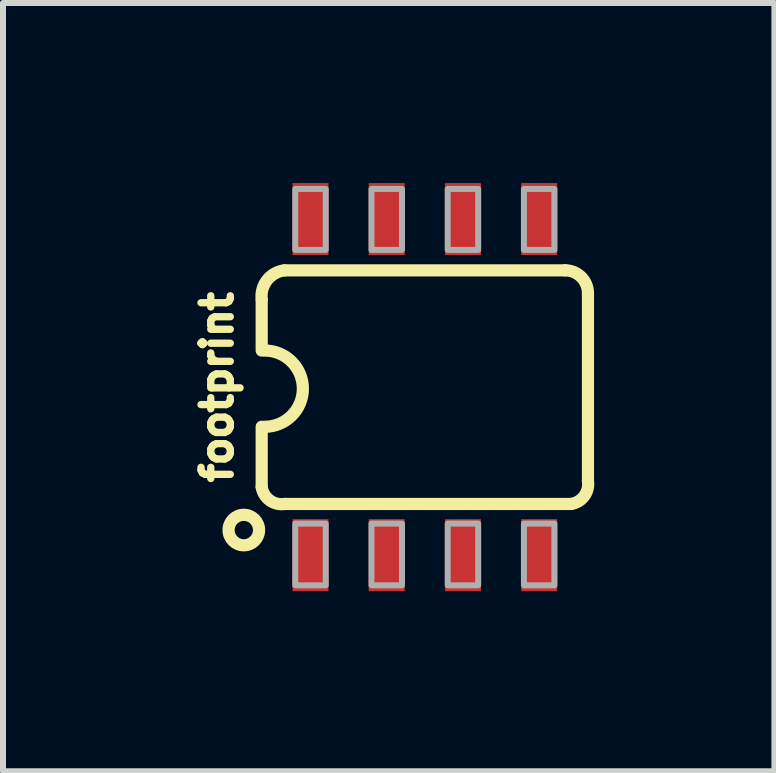
<source format=kicad_pcb>
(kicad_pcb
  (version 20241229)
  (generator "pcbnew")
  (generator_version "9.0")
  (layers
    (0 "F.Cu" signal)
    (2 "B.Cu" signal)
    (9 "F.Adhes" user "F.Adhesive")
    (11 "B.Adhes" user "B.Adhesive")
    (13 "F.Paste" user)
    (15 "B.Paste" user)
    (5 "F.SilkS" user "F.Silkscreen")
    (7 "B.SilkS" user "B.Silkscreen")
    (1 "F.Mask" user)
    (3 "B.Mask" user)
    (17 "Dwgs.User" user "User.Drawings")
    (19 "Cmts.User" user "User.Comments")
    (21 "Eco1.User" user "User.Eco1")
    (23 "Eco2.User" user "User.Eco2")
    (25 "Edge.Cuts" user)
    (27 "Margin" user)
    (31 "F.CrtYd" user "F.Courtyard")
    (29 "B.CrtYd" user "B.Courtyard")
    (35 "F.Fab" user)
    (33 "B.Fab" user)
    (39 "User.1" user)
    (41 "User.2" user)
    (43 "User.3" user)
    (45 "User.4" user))
  (footprint "footprint"
    (layer "F.Cu")
    (at 4.028 3.4)
    (property "Reference" "footprint" (at -3.175 0 90) (layer "F.SilkS") (effects (font (size 0.488 0.488) (thickness 0.122)) (justify bottom)))
    (fp_line (start -2.718 -1.453) (end -2.718 -0.61) (stroke (width 0.203) (type solid)) (layer "F.SilkS"))
    (fp_line (start -2.718 1.665) (end -2.718 0.66) (stroke (width 0.203) (type solid)) (layer "F.SilkS"))
    (fp_line (start -2.337 1.946) (end 2.437 1.946) (stroke (width 0.203) (type solid)) (layer "F.SilkS"))
    (fp_line (start 2.337 -1.946) (end -2.337 -1.946) (stroke (width 0.203) (type solid)) (layer "F.SilkS"))
    (fp_line (start 2.718 1.565) (end 2.718 -1.565) (stroke (width 0.203) (type solid)) (layer "F.SilkS"))
    (fp_arc (start -2.7178 -1.4653) (mid -2.626948 -1.784731) (end -2.3368 -1.9463) (stroke (width 0.2032) (type solid)) (layer "F.SilkS"))
    (fp_arc (start -2.667 -0.6096) (mid -2.032 0.0254) (end -2.667 0.6604) (stroke (width 0.2032) (type solid)) (layer "F.SilkS"))
    (fp_arc (start -2.336799 1.946301) (mid -2.58554 1.884767) (end -2.7178 1.6653) (stroke (width 0.2032) (type solid)) (layer "F.SilkS"))
    (fp_arc (start 2.3368 -1.9463) (mid 2.606237 -1.834736) (end 2.7178 -1.565298) (stroke (width 0.2032) (type solid)) (layer "F.SilkS"))
    (fp_arc (start 2.7178 1.5653) (mid 2.656208 1.813997) (end 2.4368 1.9463) (stroke (width 0.2032) (type solid)) (layer "F.SilkS"))
    (fp_circle (center -3.016 2.381) (end -2.762 2.381) (stroke (width 0.203) (type solid)) (fill no) (layer "F.SilkS"))
    (fp_poly (pts (xy -2.159 -2.286) (xy -1.651 -2.286) (xy -1.651 -3.302) (xy -2.159 -3.302)) (stroke (width 0.1) (type solid)) (fill no) (layer "F.Fab"))
    (fp_poly (pts (xy -2.159 3.302) (xy -1.651 3.302) (xy -1.651 2.273) (xy -2.159 2.273)) (stroke (width 0.1) (type solid)) (fill no) (layer "F.Fab"))
    (fp_poly (pts (xy -0.889 -2.286) (xy -0.381 -2.286) (xy -0.381 -3.302) (xy -0.889 -3.302)) (stroke (width 0.1) (type solid)) (fill no) (layer "F.Fab"))
    (fp_poly (pts (xy -0.889 3.302) (xy -0.381 3.302) (xy -0.381 2.273) (xy -0.889 2.273)) (stroke (width 0.1) (type solid)) (fill no) (layer "F.Fab"))
    (fp_poly (pts (xy 0.381 -2.286) (xy 0.889 -2.286) (xy 0.889 -3.302) (xy 0.381 -3.302)) (stroke (width 0.1) (type solid)) (fill no) (layer "F.Fab"))
    (fp_poly (pts (xy 0.381 3.302) (xy 0.889 3.302) (xy 0.889 2.273) (xy 0.381 2.273)) (stroke (width 0.1) (type solid)) (fill no) (layer "F.Fab"))
    (fp_poly (pts (xy 1.651 -2.286) (xy 2.159 -2.286) (xy 2.159 -3.302) (xy 1.651 -3.302)) (stroke (width 0.1) (type solid)) (fill no) (layer "F.Fab"))
    (fp_poly (pts (xy 1.651 3.302) (xy 2.159 3.302) (xy 2.159 2.273) (xy 1.651 2.273)) (stroke (width 0.1) (type solid)) (fill no) (layer "F.Fab"))
    (pad "1" smd rect (at -1.905 2.8) (size 0.6 1.2) (layers "F.Cu" "F.Mask" "F.Paste"))
    (pad "2" smd rect (at -0.635 2.8) (size 0.6 1.2) (layers "F.Cu" "F.Mask" "F.Paste"))
    (pad "3" smd rect (at 0.635 2.8) (size 0.6 1.2) (layers "F.Cu" "F.Mask" "F.Paste"))
    (pad "4" smd rect (at 1.905 2.8) (size 0.6 1.2) (layers "F.Cu" "F.Mask" "F.Paste"))
    (pad "5" smd rect (at 1.905 -2.8) (size 0.6 1.2) (layers "F.Cu" "F.Mask" "F.Paste"))
    (pad "6" smd rect (at 0.635 -2.8) (size 0.6 1.2) (layers "F.Cu" "F.Mask" "F.Paste"))
    (pad "7" smd rect (at -0.635 -2.8) (size 0.6 1.2) (layers "F.Cu" "F.Mask" "F.Paste"))
    (pad "8" smd rect (at -1.905 -2.8) (size 0.6 1.2) (layers "F.Cu" "F.Mask" "F.Paste")))
  (gr_rect
    (start -3 -3)
    (end 9.852 9.8)
    (stroke (width 0.1) (type default))
    (fill no)
    (layer "Edge.Cuts")))
</source>
